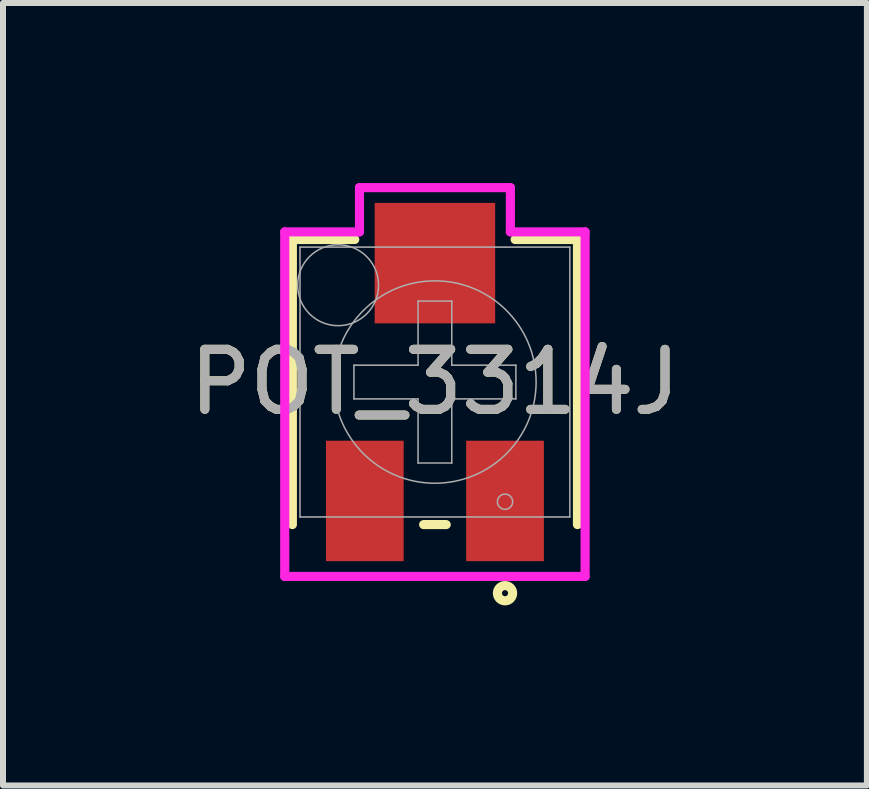
<source format=kicad_pcb>
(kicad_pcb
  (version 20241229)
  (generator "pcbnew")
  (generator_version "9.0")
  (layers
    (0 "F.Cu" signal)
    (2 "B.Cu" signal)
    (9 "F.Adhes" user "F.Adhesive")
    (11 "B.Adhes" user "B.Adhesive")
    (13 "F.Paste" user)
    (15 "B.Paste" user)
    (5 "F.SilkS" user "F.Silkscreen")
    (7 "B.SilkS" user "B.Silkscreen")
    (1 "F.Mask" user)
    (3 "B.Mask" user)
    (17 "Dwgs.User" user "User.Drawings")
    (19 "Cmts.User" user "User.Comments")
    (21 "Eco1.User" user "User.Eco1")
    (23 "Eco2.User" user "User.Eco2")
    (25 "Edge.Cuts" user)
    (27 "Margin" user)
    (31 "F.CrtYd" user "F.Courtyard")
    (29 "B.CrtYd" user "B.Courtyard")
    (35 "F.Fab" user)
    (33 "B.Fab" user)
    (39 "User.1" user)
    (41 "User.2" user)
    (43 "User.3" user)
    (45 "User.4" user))
  (footprint "POT_3314J"
    (layer "F.Cu")
    (at 4.196 3.315)
    (property "Reference" "POT_3314J" (at 0 0 0) (unlocked yes) (layer "F.SilkS") (effects (font (size 1 1) (thickness 0.15))))
    (attr smd)
    (fp_line (start -2.375 -2.375) (end -2.375 2.375) (stroke (width 0.152) (type solid)) (layer "F.SilkS"))
    (fp_line (start -1.336 -2.375) (end -2.375 -2.375) (stroke (width 0.152) (type solid)) (layer "F.SilkS"))
    (fp_line (start -0.188 2.375) (end 0.188 2.375) (stroke (width 0.152) (type solid)) (layer "F.SilkS"))
    (fp_line (start 2.375 -2.375) (end 1.336 -2.375) (stroke (width 0.152) (type solid)) (layer "F.SilkS"))
    (fp_line (start 2.375 -2.375) (end 2.375 2.375) (stroke (width 0.152) (type solid)) (layer "F.SilkS"))
    (fp_circle (center 1.168 3.518) (end 1.295 3.518) (stroke (width 0.152) (type solid)) (fill no) (layer "F.SilkS"))
    (fp_line (start -2.502 -2.502) (end -1.257 -2.502) (stroke (width 0.152) (type solid)) (layer "F.CrtYd"))
    (fp_line (start -2.502 3.239) (end -2.502 -2.502) (stroke (width 0.152) (type solid)) (layer "F.CrtYd"))
    (fp_line (start -1.257 -3.239) (end 1.257 -3.239) (stroke (width 0.152) (type solid)) (layer "F.CrtYd"))
    (fp_line (start -1.257 -2.502) (end -1.257 -3.239) (stroke (width 0.152) (type solid)) (layer "F.CrtYd"))
    (fp_line (start 1.257 -3.239) (end 1.257 -2.502) (stroke (width 0.152) (type solid)) (layer "F.CrtYd"))
    (fp_line (start 1.257 -2.502) (end 2.502 -2.502) (stroke (width 0.152) (type solid)) (layer "F.CrtYd"))
    (fp_line (start 2.502 -2.502) (end 2.502 3.239) (stroke (width 0.152) (type solid)) (layer "F.CrtYd"))
    (fp_line (start 2.502 3.239) (end -2.502 3.239) (stroke (width 0.152) (type solid)) (layer "F.CrtYd"))
    (fp_line (start -2.248 -2.248) (end -2.248 2.248) (stroke (width 0.025) (type solid)) (layer "F.Fab"))
    (fp_line (start -2.248 2.248) (end 2.248 2.248) (stroke (width 0.025) (type solid)) (layer "F.Fab"))
    (fp_line (start -1.349 -0.281) (end -1.349 0.281) (stroke (width 0.025) (type solid)) (layer "F.Fab"))
    (fp_line (start -0.281 -1.349) (end -0.281 -0.281) (stroke (width 0.025) (type solid)) (layer "F.Fab"))
    (fp_line (start -0.281 -1.349) (end 0.281 -1.349) (stroke (width 0.025) (type solid)) (layer "F.Fab"))
    (fp_line (start -0.281 -0.281) (end -1.349 -0.281) (stroke (width 0.025) (type solid)) (layer "F.Fab"))
    (fp_line (start -0.281 0.281) (end -1.349 0.281) (stroke (width 0.025) (type solid)) (layer "F.Fab"))
    (fp_line (start -0.281 1.349) (end -0.281 0.281) (stroke (width 0.025) (type solid)) (layer "F.Fab"))
    (fp_line (start -0.281 1.349) (end 0.281 1.349) (stroke (width 0.025) (type solid)) (layer "F.Fab"))
    (fp_line (start 0.281 -1.349) (end 0.281 -0.281) (stroke (width 0.025) (type solid)) (layer "F.Fab"))
    (fp_line (start 0.281 -0.281) (end 1.349 -0.281) (stroke (width 0.025) (type solid)) (layer "F.Fab"))
    (fp_line (start 0.281 0.281) (end 1.349 0.281) (stroke (width 0.025) (type solid)) (layer "F.Fab"))
    (fp_line (start 0.281 1.349) (end 0.281 0.281) (stroke (width 0.025) (type solid)) (layer "F.Fab"))
    (fp_line (start 1.349 -0.281) (end 1.349 0.281) (stroke (width 0.025) (type solid)) (layer "F.Fab"))
    (fp_line (start 2.248 -2.248) (end -2.248 -2.248) (stroke (width 0.025) (type solid)) (layer "F.Fab"))
    (fp_line (start 2.248 -2.248) (end 2.248 2.248) (stroke (width 0.025) (type solid)) (layer "F.Fab"))
    (fp_circle (center -1.613 -1.613) (end -0.939 -1.613) (stroke (width 0.025) (type solid)) (fill no) (layer "F.Fab"))
    (fp_circle (center 0 0) (end 1.686 0) (stroke (width 0.025) (type solid)) (fill no) (layer "F.Fab"))
    (fp_circle (center 1.168 1.994) (end 1.295 1.994) (stroke (width 0.025) (type solid)) (fill no) (layer "F.Fab"))
    (fp_text user "${REFERENCE}" (at 0 0 0) (unlocked yes) (layer "F.Fab") (effects (font (size 1 1) (thickness 0.15))))
    (pad "1" smd rect (at 1.168 1.981) (size 1.295 2.007) (layers "F.Cu" "F.Mask" "F.Paste"))
    (pad "2" smd rect (at 0 -1.981) (size 2.007 2.007) (layers "F.Cu" "F.Mask" "F.Paste"))
    (pad "3" smd rect (at -1.168 1.981) (size 1.295 2.007) (layers "F.Cu" "F.Mask" "F.Paste")))
  (gr_rect
    (start -3 -3)
    (end 11.393 10.036)
    (stroke (width 0.1) (type default))
    (fill no)
    (layer "Edge.Cuts")))
</source>
